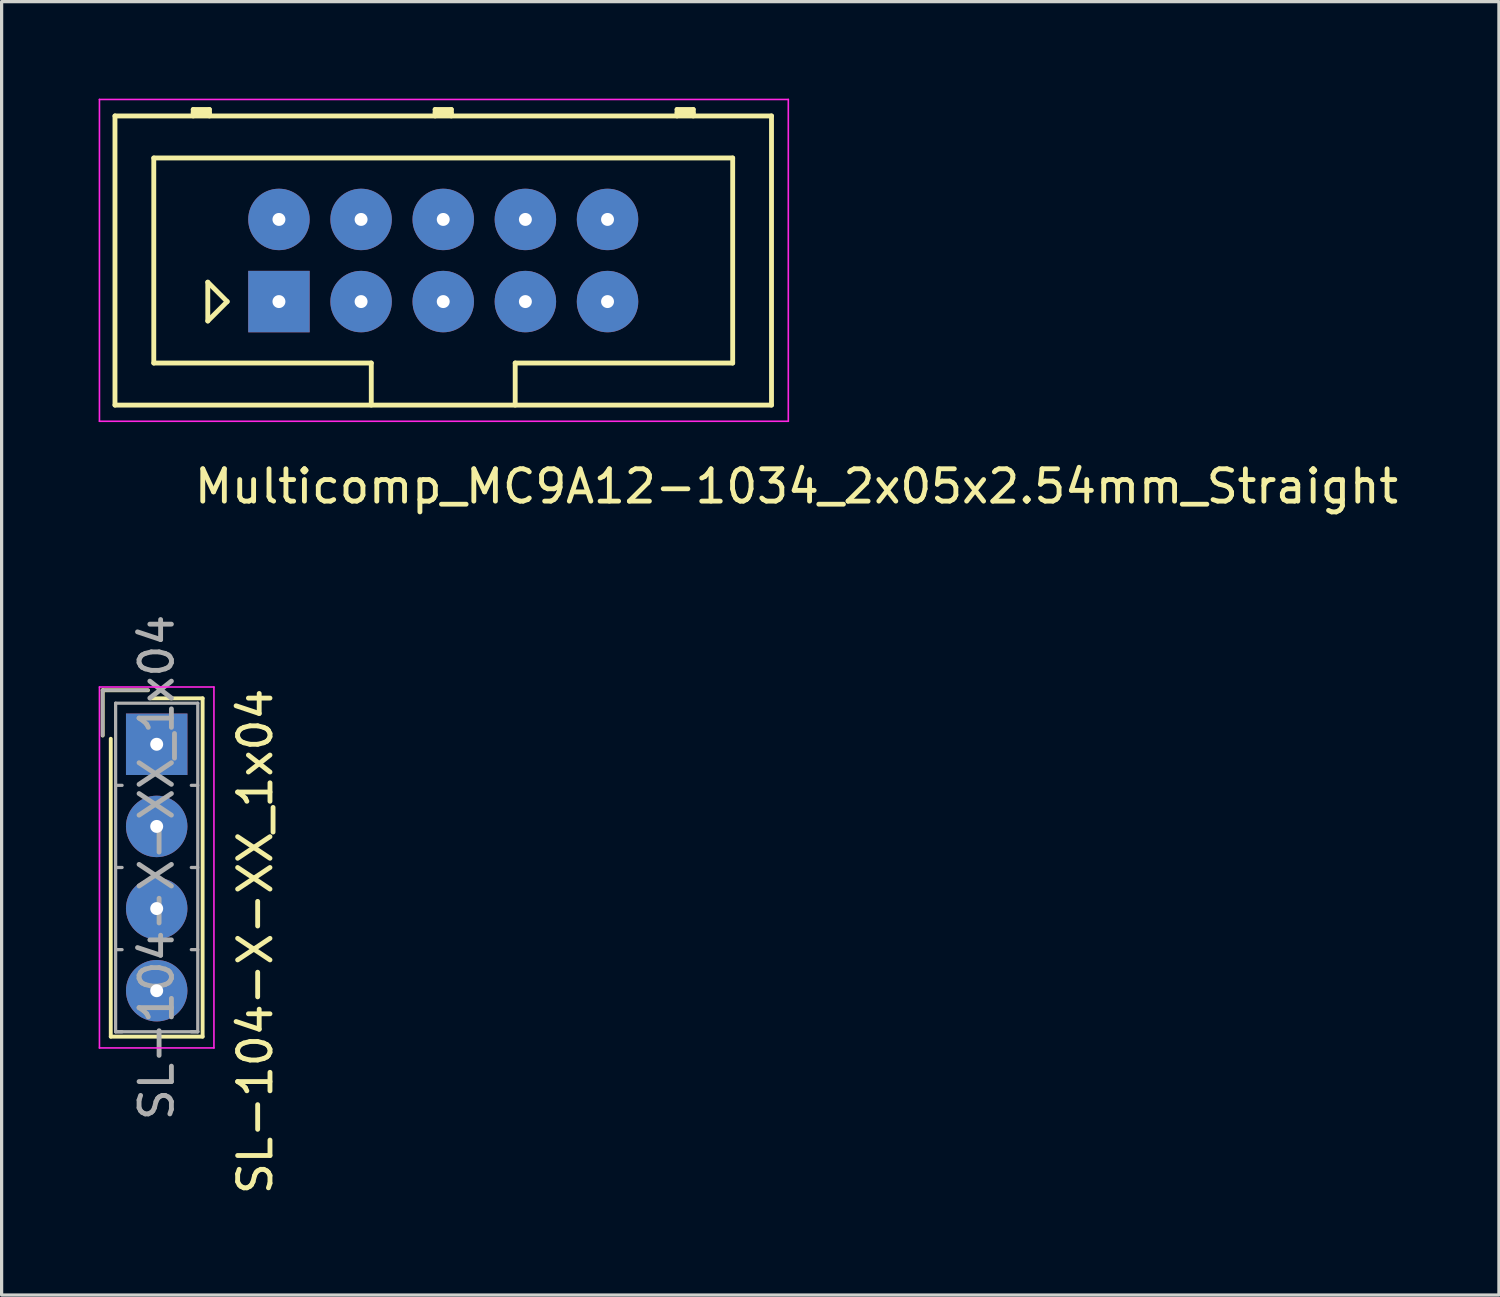
<source format=kicad_pcb>
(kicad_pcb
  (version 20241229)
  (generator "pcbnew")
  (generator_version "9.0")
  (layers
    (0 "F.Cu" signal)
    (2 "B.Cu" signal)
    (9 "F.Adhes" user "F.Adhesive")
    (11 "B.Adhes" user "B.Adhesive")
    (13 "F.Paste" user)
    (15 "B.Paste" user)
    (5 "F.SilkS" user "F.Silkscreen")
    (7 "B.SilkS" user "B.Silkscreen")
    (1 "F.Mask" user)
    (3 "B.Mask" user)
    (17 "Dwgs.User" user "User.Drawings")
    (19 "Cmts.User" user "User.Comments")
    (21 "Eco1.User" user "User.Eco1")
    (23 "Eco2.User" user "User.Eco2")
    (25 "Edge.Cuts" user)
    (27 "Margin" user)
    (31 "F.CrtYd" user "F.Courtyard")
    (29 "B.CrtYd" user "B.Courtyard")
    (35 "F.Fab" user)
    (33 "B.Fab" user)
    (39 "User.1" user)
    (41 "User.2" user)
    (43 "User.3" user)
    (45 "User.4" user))
  (footprint "SL-104-X-XX_1x04"
    (layer "F.Cu")
    (at 1.795 19.963)
    (property "Reference" "SL-104-X-XX_1x04" (at 3.048 6.096 90) (layer "F.SilkS") (effects (font (size 1 1) (thickness 0.15))))
    (attr through_hole)
    (fp_line (start -1.67 -1.67) (end -1.67 -0.27) (stroke (width 0.12) (type solid)) (layer "F.SilkS"))
    (fp_line (start -1.42 9.04) (end -1.42 -0.17) (stroke (width 0.12) (type solid)) (layer "F.SilkS"))
    (fp_line (start -0.27 -1.67) (end -1.67 -1.67) (stroke (width 0.12) (type solid)) (layer "F.SilkS"))
    (fp_line (start -0.17 -1.42) (end 1.42 -1.42) (stroke (width 0.12) (type solid)) (layer "F.SilkS"))
    (fp_line (start 1.42 -1.42) (end 1.42 9.04) (stroke (width 0.12) (type solid)) (layer "F.SilkS"))
    (fp_line (start 1.42 9.04) (end -1.42 9.04) (stroke (width 0.12) (type solid)) (layer "F.SilkS"))
    (fp_line (start -1.77 -1.77) (end -1.77 9.39) (stroke (width 0.05) (type solid)) (layer "F.CrtYd"))
    (fp_line (start -1.77 9.39) (end 1.77 9.39) (stroke (width 0.05) (type solid)) (layer "F.CrtYd"))
    (fp_line (start 1.77 -1.77) (end -1.77 -1.77) (stroke (width 0.05) (type solid)) (layer "F.CrtYd"))
    (fp_line (start 1.77 9.39) (end 1.77 -1.77) (stroke (width 0.05) (type solid)) (layer "F.CrtYd"))
    (fp_line (start -1.67 -1.67) (end -1.67 -0.27) (stroke (width 0.1) (type solid)) (layer "F.Fab"))
    (fp_line (start -1.27 -1.27) (end -1.27 8.89) (stroke (width 0.1) (type solid)) (layer "F.Fab"))
    (fp_line (start -1.27 1.27) (end -1.07 1.27) (stroke (width 0.1) (type solid)) (layer "F.Fab"))
    (fp_line (start -1.27 3.81) (end -1.07 3.81) (stroke (width 0.1) (type solid)) (layer "F.Fab"))
    (fp_line (start -1.27 6.35) (end -1.07 6.35) (stroke (width 0.1) (type solid)) (layer "F.Fab"))
    (fp_line (start -1.27 8.89) (end -1.07 8.89) (stroke (width 0.1) (type solid)) (layer "F.Fab"))
    (fp_line (start -1.27 8.89) (end 1.27 8.89) (stroke (width 0.1) (type solid)) (layer "F.Fab"))
    (fp_line (start -0.27 -1.67) (end -1.67 -1.67) (stroke (width 0.1) (type solid)) (layer "F.Fab"))
    (fp_line (start 1.27 -1.27) (end -1.27 -1.27) (stroke (width 0.1) (type solid)) (layer "F.Fab"))
    (fp_line (start 1.27 1.27) (end 1.07 1.27) (stroke (width 0.1) (type solid)) (layer "F.Fab"))
    (fp_line (start 1.27 3.81) (end 1.07 3.81) (stroke (width 0.1) (type solid)) (layer "F.Fab"))
    (fp_line (start 1.27 6.35) (end 1.07 6.35) (stroke (width 0.1) (type solid)) (layer "F.Fab"))
    (fp_line (start 1.27 8.89) (end 1.07 8.89) (stroke (width 0.1) (type solid)) (layer "F.Fab"))
    (fp_line (start 1.27 8.89) (end 1.27 -1.27) (stroke (width 0.1) (type solid)) (layer "F.Fab"))
    (fp_text user "${REFERENCE}" (at 0 3.81 90) (layer "F.Fab") (effects (font (size 1 1) (thickness 0.15))))
    (pad "1" thru_hole rect (at 0 0) (size 1.9 1.9) (drill 0.4) (layers "*.Cu" "*.Mask"))
    (pad "2" thru_hole circle (at 0 2.54) (size 1.9 1.9) (drill 0.4) (layers "*.Cu" "*.Mask"))
    (pad "3" thru_hole circle (at 0 5.08) (size 1.9 1.9) (drill 0.4) (layers "*.Cu" "*.Mask"))
    (pad "4" thru_hole circle (at 0 7.62) (size 1.9 1.9) (drill 0.4) (layers "*.Cu" "*.Mask")))
  (footprint "Multicomp_MC9A12-1034_2x05x2.54mm_Straight"
    (layer "F.Cu")
    (at 5.575 6.275)
    (property "Reference" "Multicomp_MC9A12-1034_2x05x2.54mm_Straight" (at 16.002 5.715 180) (layer "F.SilkS") (effects (font (size 1 1) (thickness 0.15))))
    (attr through_hole)
    (fp_line (start -5.07 -5.74) (end 15.23 -5.74) (stroke (width 0.15) (type solid)) (layer "F.SilkS"))
    (fp_line (start -5.07 3.2) (end -5.07 -5.74) (stroke (width 0.15) (type solid)) (layer "F.SilkS"))
    (fp_line (start -3.87 -4.44) (end 14.03 -4.44) (stroke (width 0.15) (type solid)) (layer "F.SilkS"))
    (fp_line (start -3.87 1.9) (end -3.87 -4.44) (stroke (width 0.15) (type solid)) (layer "F.SilkS"))
    (fp_line (start -2.65 -5.94) (end -2.15 -5.94) (stroke (width 0.15) (type solid)) (layer "F.SilkS"))
    (fp_line (start -2.65 -5.84) (end -2.15 -5.84) (stroke (width 0.15) (type solid)) (layer "F.SilkS"))
    (fp_line (start -2.65 -5.74) (end -2.65 -5.94) (stroke (width 0.15) (type solid)) (layer "F.SilkS"))
    (fp_line (start -2.2 -0.6) (end -1.6 0) (stroke (width 0.15) (type solid)) (layer "F.SilkS"))
    (fp_line (start -2.2 0.6) (end -2.2 -0.6) (stroke (width 0.15) (type solid)) (layer "F.SilkS"))
    (fp_line (start -2.15 -5.94) (end -2.15 -5.74) (stroke (width 0.15) (type solid)) (layer "F.SilkS"))
    (fp_line (start -1.6 0) (end -2.2 0.6) (stroke (width 0.15) (type solid)) (layer "F.SilkS"))
    (fp_line (start 2.855 1.9) (end -3.87 1.9) (stroke (width 0.15) (type solid)) (layer "F.SilkS"))
    (fp_line (start 2.855 3.2) (end 2.855 1.9) (stroke (width 0.15) (type solid)) (layer "F.SilkS"))
    (fp_line (start 4.83 -5.94) (end 5.33 -5.94) (stroke (width 0.15) (type solid)) (layer "F.SilkS"))
    (fp_line (start 4.83 -5.84) (end 5.33 -5.84) (stroke (width 0.15) (type solid)) (layer "F.SilkS"))
    (fp_line (start 4.83 -5.74) (end 4.83 -5.94) (stroke (width 0.15) (type solid)) (layer "F.SilkS"))
    (fp_line (start 5.33 -5.94) (end 5.33 -5.74) (stroke (width 0.15) (type solid)) (layer "F.SilkS"))
    (fp_line (start 7.305 1.9) (end 7.305 3.2) (stroke (width 0.15) (type solid)) (layer "F.SilkS"))
    (fp_line (start 12.31 -5.94) (end 12.81 -5.94) (stroke (width 0.15) (type solid)) (layer "F.SilkS"))
    (fp_line (start 12.31 -5.84) (end 12.81 -5.84) (stroke (width 0.15) (type solid)) (layer "F.SilkS"))
    (fp_line (start 12.31 -5.74) (end 12.31 -5.94) (stroke (width 0.15) (type solid)) (layer "F.SilkS"))
    (fp_line (start 12.81 -5.94) (end 12.81 -5.74) (stroke (width 0.15) (type solid)) (layer "F.SilkS"))
    (fp_line (start 14.03 -4.44) (end 14.03 1.9) (stroke (width 0.15) (type solid)) (layer "F.SilkS"))
    (fp_line (start 14.03 1.9) (end 7.305 1.9) (stroke (width 0.15) (type solid)) (layer "F.SilkS"))
    (fp_line (start 15.23 -5.74) (end 15.23 3.2) (stroke (width 0.15) (type solid)) (layer "F.SilkS"))
    (fp_line (start 15.23 3.2) (end -5.07 3.2) (stroke (width 0.15) (type solid)) (layer "F.SilkS"))
    (fp_line (start -5.55 -6.25) (end 15.75 -6.25) (stroke (width 0.05) (type solid)) (layer "F.CrtYd"))
    (fp_line (start -5.55 3.7) (end -5.55 -6.25) (stroke (width 0.05) (type solid)) (layer "F.CrtYd"))
    (fp_line (start 15.75 -6.25) (end 15.75 3.7) (stroke (width 0.05) (type solid)) (layer "F.CrtYd"))
    (fp_line (start 15.75 3.7) (end -5.55 3.7) (stroke (width 0.05) (type solid)) (layer "F.CrtYd"))
    (pad "1" thru_hole rect (at 0 0) (size 1.9 1.9) (drill 0.4) (layers "*.Cu" "*.Mask"))
    (pad "2" thru_hole circle (at 0 -2.54) (size 1.9 1.9) (drill 0.4) (layers "*.Cu" "*.Mask"))
    (pad "3" thru_hole circle (at 2.54 0) (size 1.9 1.9) (drill 0.4) (layers "*.Cu" "*.Mask"))
    (pad "4" thru_hole circle (at 2.54 -2.54) (size 1.9 1.9) (drill 0.4) (layers "*.Cu" "*.Mask"))
    (pad "5" thru_hole circle (at 5.08 0) (size 1.9 1.9) (drill 0.4) (layers "*.Cu" "*.Mask"))
    (pad "6" thru_hole circle (at 5.08 -2.54) (size 1.9 1.9) (drill 0.4) (layers "*.Cu" "*.Mask"))
    (pad "7" thru_hole circle (at 7.62 0) (size 1.9 1.9) (drill 0.4) (layers "*.Cu" "*.Mask"))
    (pad "8" thru_hole circle (at 7.62 -2.54) (size 1.9 1.9) (drill 0.4) (layers "*.Cu" "*.Mask"))
    (pad "9" thru_hole circle (at 10.16 0) (size 1.9 1.9) (drill 0.4) (layers "*.Cu" "*.Mask"))
    (pad "10" thru_hole circle (at 10.16 -2.54) (size 1.9 1.9) (drill 0.4) (layers "*.Cu" "*.Mask")))
  (gr_rect
    (start -3 -3)
    (end 43.297 36.993)
    (stroke (width 0.1) (type default))
    (fill no)
    (layer "Edge.Cuts")))
</source>
